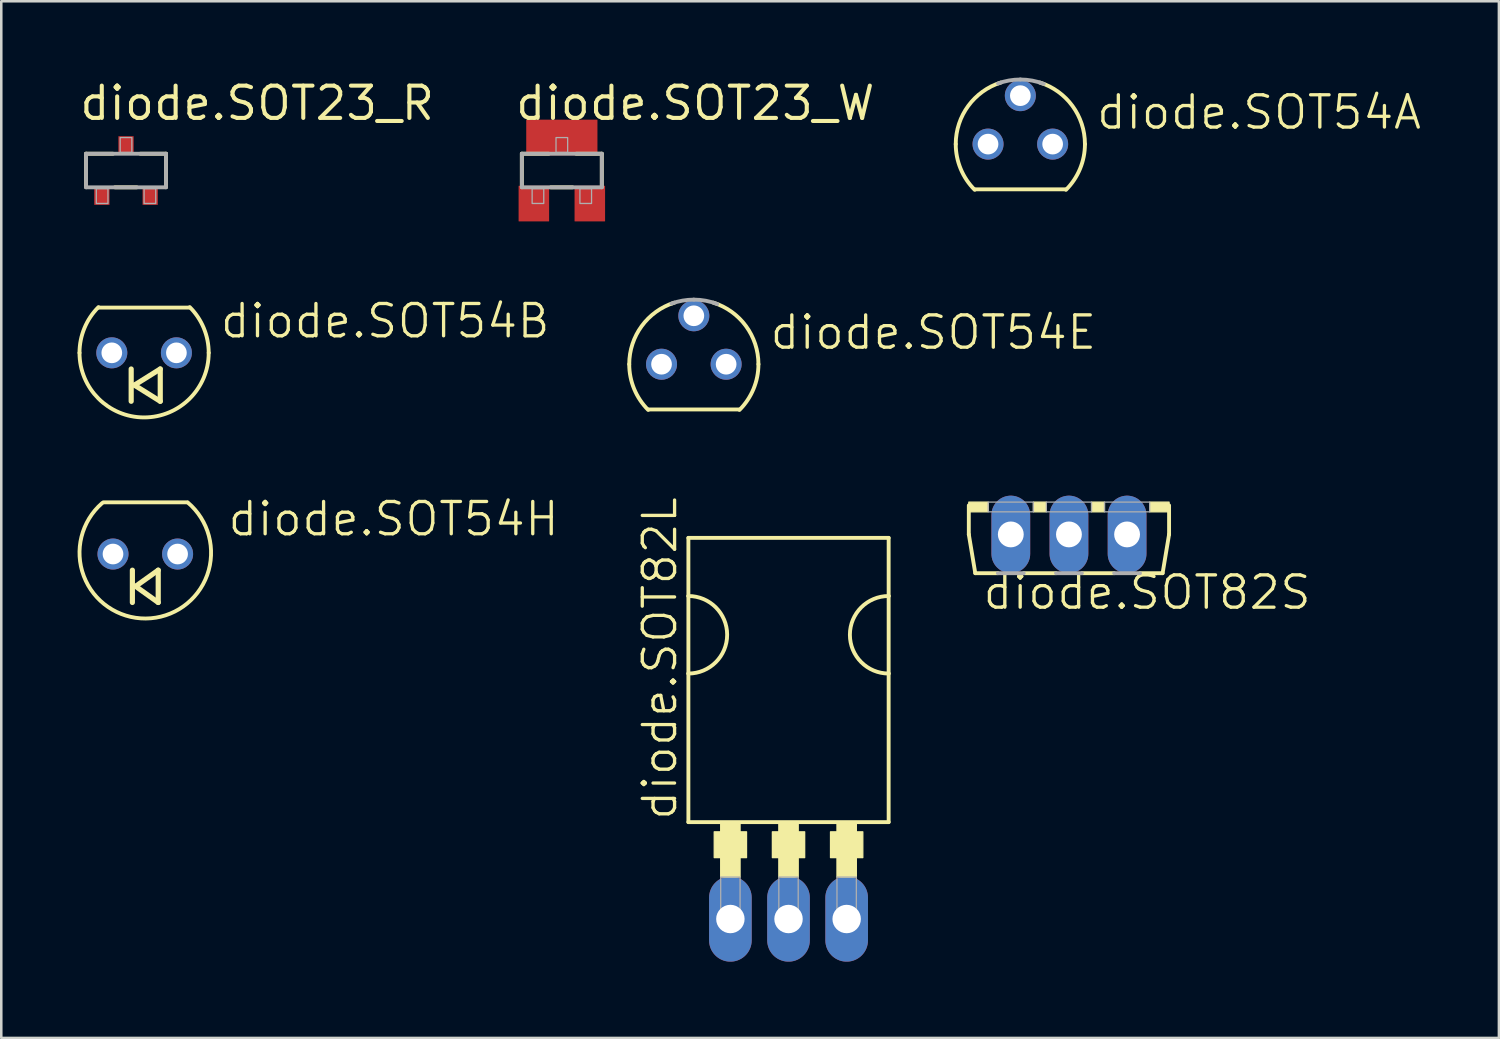
<source format=kicad_pcb>
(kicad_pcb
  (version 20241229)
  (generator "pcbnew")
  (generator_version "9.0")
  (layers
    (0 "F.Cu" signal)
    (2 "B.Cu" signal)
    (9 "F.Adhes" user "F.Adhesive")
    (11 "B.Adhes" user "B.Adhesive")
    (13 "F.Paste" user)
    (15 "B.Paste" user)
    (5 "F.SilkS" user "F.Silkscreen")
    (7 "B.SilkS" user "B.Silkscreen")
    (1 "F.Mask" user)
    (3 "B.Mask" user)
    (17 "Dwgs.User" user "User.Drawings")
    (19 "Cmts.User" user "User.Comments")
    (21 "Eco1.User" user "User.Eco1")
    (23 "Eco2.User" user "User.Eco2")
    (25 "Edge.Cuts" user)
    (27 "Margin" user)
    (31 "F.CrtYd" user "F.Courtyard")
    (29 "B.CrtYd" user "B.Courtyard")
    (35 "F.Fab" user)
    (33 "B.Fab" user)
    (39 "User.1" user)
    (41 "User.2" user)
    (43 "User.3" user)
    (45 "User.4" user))
  (footprint "diode.SOT82L"
    (layer "F.Cu")
    (at 27.954 28.005)
    (property "Reference" "diode.SOT82L" (at -4.318 1.27 90) (layer "F.SilkS") (effects (font (size 1.27 1.27) (thickness 0.13)) (justify left bottom)))
    (attr through_hole)
    (fp_line (start -3.937 -9.906) (end 3.937 -9.906) (stroke (width 0.152) (type default)) (layer "F.SilkS"))
    (fp_line (start -3.937 -7.62) (end -3.937 -9.906) (stroke (width 0.152) (type default)) (layer "F.SilkS"))
    (fp_line (start -3.937 -4.572) (end -3.937 -7.62) (stroke (width 0.152) (type default)) (layer "F.SilkS"))
    (fp_line (start -3.937 1.27) (end -3.937 -4.572) (stroke (width 0.152) (type default)) (layer "F.SilkS"))
    (fp_line (start -3.937 1.27) (end 3.937 1.27) (stroke (width 0.152) (type default)) (layer "F.SilkS"))
    (fp_line (start 3.937 -9.906) (end 3.937 -7.62) (stroke (width 0.152) (type default)) (layer "F.SilkS"))
    (fp_line (start 3.937 -7.62) (end 3.937 -4.572) (stroke (width 0.152) (type default)) (layer "F.SilkS"))
    (fp_line (start 3.937 -4.572) (end 3.937 1.27) (stroke (width 0.152) (type default)) (layer "F.SilkS"))
    (fp_rect (start -2.921 2.667) (end -1.651 1.651) (stroke (width 0.05) (type default)) (fill yes) (layer "F.SilkS"))
    (fp_rect (start -2.667 3.429) (end -1.905 1.27) (stroke (width 0.05) (type default)) (fill yes) (layer "F.SilkS"))
    (fp_rect (start -0.635 2.667) (end 0.635 1.651) (stroke (width 0.05) (type default)) (fill yes) (layer "F.SilkS"))
    (fp_rect (start -0.381 3.429) (end 0.381 1.27) (stroke (width 0.05) (type default)) (fill yes) (layer "F.SilkS"))
    (fp_rect (start 1.651 2.667) (end 2.921 1.651) (stroke (width 0.05) (type default)) (fill yes) (layer "F.SilkS"))
    (fp_rect (start 1.905 3.429) (end 2.667 1.27) (stroke (width 0.05) (type default)) (fill yes) (layer "F.SilkS"))
    (fp_arc (start -3.937 -7.62) (mid -2.413 -6.096) (end -3.937 -4.572) (stroke (width 0.1524) (type default)) (layer "F.SilkS"))
    (fp_arc (start 3.937 -4.572) (mid 2.413 -6.096) (end 3.937 -7.62) (stroke (width 0.1524) (type default)) (layer "F.SilkS"))
    (fp_rect (start -2.667 4.953) (end -1.905 3.429) (stroke (width 0.05) (type default)) (fill no) (layer "F.Fab"))
    (fp_rect (start -0.381 4.953) (end 0.381 3.429) (stroke (width 0.05) (type default)) (fill no) (layer "F.Fab"))
    (fp_rect (start 1.905 4.953) (end 2.667 3.429) (stroke (width 0.05) (type default)) (fill no) (layer "F.Fab"))
    (pad "A1" thru_hole oval (at -2.286 5.08 90) (size 3.353 1.676) (drill 1.118) (layers "*.Cu" "*.Mask"))
    (pad "A2" thru_hole oval (at 2.286 5.08 90) (size 3.353 1.676) (drill 1.118) (layers "*.Cu" "*.Mask"))
    (pad "C" thru_hole oval (at 0 5.08 90) (size 3.353 1.676) (drill 1.118) (layers "*.Cu" "*.Mask")))
  (footprint "diode.SOT54H"
    (layer "F.Cu")
    (at 2.663 18.734)
    (property "Reference" "diode.SOT54H" (at 3.175 -0.635 0) (layer "F.SilkS") (effects (font (size 1.27 1.27) (thickness 0.13)) (justify left bottom)))
    (attr through_hole)
    (fp_line (start -0.508 1.905) (end -0.508 0.635) (stroke (width 0.203) (type default)) (layer "F.SilkS"))
    (fp_line (start -0.381 1.27) (end 0.508 1.905) (stroke (width 0.203) (type default)) (layer "F.SilkS"))
    (fp_line (start 0.508 0.635) (end -0.381 1.27) (stroke (width 0.203) (type default)) (layer "F.SilkS"))
    (fp_line (start 0.508 1.905) (end 0.508 0.635) (stroke (width 0.203) (type default)) (layer "F.SilkS"))
    (fp_line (start 1.651 -2.032) (end -1.651 -2.032) (stroke (width 0.152) (type default)) (layer "F.SilkS"))
    (fp_arc (start 1.671644 -2.024371) (mid 0.018695 2.535519) (end -1.7 -2) (stroke (width 0.1524) (type default)) (layer "F.SilkS"))
    (pad "A" thru_hole circle (at 1.27 0) (size 1.219 1.219) (drill 0.813) (layers "*.Cu" "*.Mask"))
    (pad "C" thru_hole circle (at -1.27 0) (size 1.219 1.219) (drill 0.813) (layers "*.Cu" "*.Mask")))
  (footprint "diode.SOT54E"
    (layer "F.Cu")
    (at 24.231 11.271)
    (property "Reference" "diode.SOT54E" (at 2.921 -0.508 0) (layer "F.SilkS") (effects (font (size 1.27 1.27) (thickness 0.13)) (justify left bottom)))
    (attr through_hole)
    (fp_line (start -1.778 1.778) (end 1.778 1.778) (stroke (width 0.152) (type default)) (layer "F.SilkS"))
    (fp_arc (start -2.54 0) (mid -2.048715 -1.501463) (end -0.7649 -2.4221) (stroke (width 0.1524) (type default)) (layer "F.SilkS"))
    (fp_arc (start -1.7961 1.7961) (mid -2.346686 0.972037) (end -2.54 0) (stroke (width 0.1524) (type default)) (layer "F.SilkS"))
    (fp_arc (start 0.7649 -2.4221) (mid 2.048715 -1.501463) (end 2.54 0) (stroke (width 0.1524) (type default)) (layer "F.SilkS"))
    (fp_arc (start 2.54 0) (mid 2.346686 0.972037) (end 1.7961 1.7961) (stroke (width 0.1524) (type default)) (layer "F.SilkS"))
    (fp_arc (start -0.8781 -2.3834) (mid -0.445978 -2.500546) (end 0 -2.54) (stroke (width 0.1524) (type default)) (layer "F.Fab"))
    (fp_arc (start 0 -2.54) (mid 0.46833 -2.496452) (end 0.9206 -2.3673) (stroke (width 0.1524) (type default)) (layer "F.Fab"))
    (pad "A1" thru_hole circle (at -1.27 0) (size 1.219 1.219) (drill 0.813) (layers "*.Cu" "*.Mask"))
    (pad "A2" thru_hole circle (at 1.27 0) (size 1.219 1.219) (drill 0.813) (layers "*.Cu" "*.Mask"))
    (pad "C" thru_hole circle (at 0 -1.905) (size 1.219 1.219) (drill 0.813) (layers "*.Cu" "*.Mask")))
  (footprint "diode.SOT54A"
    (layer "F.Cu")
    (at 37.069 2.616)
    (property "Reference" "diode.SOT54A" (at 2.921 -0.508 0) (layer "F.SilkS") (effects (font (size 1.27 1.27) (thickness 0.13)) (justify left bottom)))
    (attr through_hole)
    (fp_line (start -1.778 1.778) (end 1.778 1.778) (stroke (width 0.152) (type default)) (layer "F.SilkS"))
    (fp_arc (start -2.54 0) (mid -2.048715 -1.501463) (end -0.7649 -2.4221) (stroke (width 0.1524) (type default)) (layer "F.SilkS"))
    (fp_arc (start -1.7961 1.7961) (mid -2.346686 0.972037) (end -2.54 0) (stroke (width 0.1524) (type default)) (layer "F.SilkS"))
    (fp_arc (start 0.7649 -2.4221) (mid 2.048715 -1.501463) (end 2.54 0) (stroke (width 0.1524) (type default)) (layer "F.SilkS"))
    (fp_arc (start 2.54 0) (mid 2.346686 0.972037) (end 1.7961 1.7961) (stroke (width 0.1524) (type default)) (layer "F.SilkS"))
    (fp_arc (start -0.8781 -2.3834) (mid -0.445978 -2.500546) (end 0 -2.54) (stroke (width 0.1524) (type default)) (layer "F.Fab"))
    (fp_arc (start 0 -2.54) (mid 0.46833 -2.496452) (end 0.9206 -2.3673) (stroke (width 0.1524) (type default)) (layer "F.Fab"))
    (pad "A1" thru_hole circle (at -1.27 0) (size 1.219 1.219) (drill 0.813) (layers "*.Cu" "*.Mask"))
    (pad "A2" thru_hole circle (at 1.27 0) (size 1.219 1.219) (drill 0.813) (layers "*.Cu" "*.Mask"))
    (pad "C" thru_hole circle (at 0 -1.905) (size 1.219 1.219) (drill 0.813) (layers "*.Cu" "*.Mask")))
  (footprint "diode.SOT54B"
    (layer "F.Cu")
    (at 2.616 10.823)
    (property "Reference" "diode.SOT54B" (at 2.921 -0.508 0) (layer "F.SilkS") (effects (font (size 1.27 1.27) (thickness 0.13)) (justify left bottom)))
    (attr through_hole)
    (fp_line (start -0.508 0.635) (end -0.508 1.905) (stroke (width 0.203) (type default)) (layer "F.SilkS"))
    (fp_line (start -0.381 1.27) (end 0.635 1.905) (stroke (width 0.203) (type default)) (layer "F.SilkS"))
    (fp_line (start 0.635 0.635) (end -0.381 1.27) (stroke (width 0.203) (type default)) (layer "F.SilkS"))
    (fp_line (start 0.635 1.905) (end 0.635 0.635) (stroke (width 0.203) (type default)) (layer "F.SilkS"))
    (fp_line (start 1.778 -1.778) (end -1.778 -1.778) (stroke (width 0.152) (type default)) (layer "F.SilkS"))
    (fp_arc (start -2.54 0) (mid -2.346686 -0.972037) (end -1.7961 -1.7961) (stroke (width 0.1524) (type default)) (layer "F.SilkS"))
    (fp_arc (start 1.7961 -1.7961) (mid 2.346686 -0.972037) (end 2.54 0) (stroke (width 0.1524) (type default)) (layer "F.SilkS"))
    (fp_arc (start 2.54 0) (mid 0 2.54) (end -2.54 0) (stroke (width 0.1524) (type default)) (layer "F.SilkS"))
    (pad "A" thru_hole circle (at 1.27 0) (size 1.219 1.219) (drill 0.813) (layers "*.Cu" "*.Mask"))
    (pad "C" thru_hole circle (at -1.27 0) (size 1.219 1.219) (drill 0.813) (layers "*.Cu" "*.Mask")))
  (footprint "diode.SOT23_R"
    (layer "F.Cu")
    (at 1.905 3.655)
    (property "Reference" "diode.SOT23_R" (at -1.905 -1.905 0) (layer "F.SilkS") (effects (font (size 1.27 1.27) (thickness 0.16)) (justify left bottom)))
    (attr smd)
    (fp_line (start -1.572 -0.66) (end -0.514 -0.66) (stroke (width 0.152) (type default)) (layer "F.SilkS"))
    (fp_line (start -1.572 0.652) (end -1.572 -0.66) (stroke (width 0.152) (type default)) (layer "F.SilkS"))
    (fp_line (start 0.422 0.66) (end -0.436 0.66) (stroke (width 0.152) (type default)) (layer "F.SilkS"))
    (fp_line (start 0.564 -0.66) (end 1.572 -0.66) (stroke (width 0.152) (type default)) (layer "F.SilkS"))
    (fp_line (start 1.572 -0.66) (end 1.572 0.652) (stroke (width 0.152) (type default)) (layer "F.SilkS"))
    (fp_line (start -1.572 -0.66) (end 1.572 -0.66) (stroke (width 0.152) (type default)) (layer "F.Fab"))
    (fp_line (start -1.572 0.66) (end -1.572 -0.66) (stroke (width 0.152) (type default)) (layer "F.Fab"))
    (fp_line (start 1.572 -0.66) (end 1.572 0.66) (stroke (width 0.152) (type default)) (layer "F.Fab"))
    (fp_line (start 1.572 0.66) (end -1.572 0.66) (stroke (width 0.152) (type default)) (layer "F.Fab"))
    (fp_rect (start -1.168 1.295) (end -0.711 0.711) (stroke (width 0.05) (type default)) (fill no) (layer "F.Fab"))
    (fp_rect (start -0.229 -0.711) (end 0.229 -1.295) (stroke (width 0.05) (type default)) (fill no) (layer "F.Fab"))
    (fp_rect (start 0.711 1.295) (end 1.168 0.711) (stroke (width 0.05) (type default)) (fill no) (layer "F.Fab"))
    (pad "1" smd roundrect (at -0.95 1) (size 0.6 0.7) (layers "F.Cu" "F.Mask" "F.Paste") (roundrect_rratio 0.01))
    (pad "2" smd roundrect (at 0.95 1) (size 0.6 0.7) (layers "F.Cu" "F.Mask" "F.Paste") (roundrect_rratio 0.01))
    (pad "3" smd roundrect (at 0 -1) (size 0.6 0.7) (layers "F.Cu" "F.Mask" "F.Paste") (roundrect_rratio 0.01)))
  (footprint "diode.SOT23_W"
    (layer "F.Cu")
    (at 19.041 3.655)
    (property "Reference" "diode.SOT23_W" (at -1.905 -1.905 0) (layer "F.SilkS") (effects (font (size 1.27 1.27) (thickness 0.16)) (justify left bottom)))
    (attr smd)
    (fp_line (start -1.572 -0.66) (end -0.514 -0.66) (stroke (width 0.152) (type default)) (layer "F.SilkS"))
    (fp_line (start -1.572 0.652) (end -1.572 -0.66) (stroke (width 0.152) (type default)) (layer "F.SilkS"))
    (fp_line (start 0.422 0.66) (end -0.436 0.66) (stroke (width 0.152) (type default)) (layer "F.SilkS"))
    (fp_line (start 0.564 -0.66) (end 1.572 -0.66) (stroke (width 0.152) (type default)) (layer "F.SilkS"))
    (fp_line (start 1.572 -0.66) (end 1.572 0.652) (stroke (width 0.152) (type default)) (layer "F.SilkS"))
    (fp_line (start -1.572 -0.66) (end 1.572 -0.66) (stroke (width 0.152) (type default)) (layer "F.Fab"))
    (fp_line (start -1.572 0.66) (end -1.572 -0.66) (stroke (width 0.152) (type default)) (layer "F.Fab"))
    (fp_line (start 1.572 -0.66) (end 1.572 0.66) (stroke (width 0.152) (type default)) (layer "F.Fab"))
    (fp_line (start 1.572 0.66) (end -1.572 0.66) (stroke (width 0.152) (type default)) (layer "F.Fab"))
    (fp_rect (start -1.168 1.295) (end -0.711 0.711) (stroke (width 0.05) (type default)) (fill no) (layer "F.Fab"))
    (fp_rect (start -0.229 -0.711) (end 0.229 -1.295) (stroke (width 0.05) (type default)) (fill no) (layer "F.Fab"))
    (fp_rect (start 0.711 1.295) (end 1.168 0.711) (stroke (width 0.05) (type default)) (fill no) (layer "F.Fab"))
    (pad "1" smd roundrect (at -1.1 1.3) (size 1.2 1.4) (layers "F.Cu" "F.Mask" "F.Paste") (roundrect_rratio 0.01))
    (pad "2" smd roundrect (at 1.1 1.3) (size 1.2 1.4) (layers "F.Cu" "F.Mask" "F.Paste") (roundrect_rratio 0.01))
    (pad "3" smd roundrect (at 0 -1.3) (size 2.8 1.4) (layers "F.Cu" "F.Mask" "F.Paste") (roundrect_rratio 0.01)))
  (footprint "diode.SOT82S"
    (layer "F.Cu")
    (at 38.98 16.693)
    (property "Reference" "diode.SOT82S" (at -3.454 4.293 0) (layer "F.SilkS") (effects (font (size 1.27 1.27) (thickness 0.13)) (justify left bottom)))
    (attr through_hole)
    (fp_line (start -3.937 0.127) (end -3.937 1.27) (stroke (width 0.152) (type default)) (layer "F.SilkS"))
    (fp_line (start -3.937 1.27) (end -3.683 2.794) (stroke (width 0.152) (type default)) (layer "F.SilkS"))
    (fp_line (start -3.683 2.794) (end -2.794 2.794) (stroke (width 0.152) (type default)) (layer "F.SilkS"))
    (fp_line (start -1.778 2.794) (end -0.508 2.794) (stroke (width 0.152) (type default)) (layer "F.SilkS"))
    (fp_line (start 0.508 2.794) (end 1.778 2.794) (stroke (width 0.152) (type default)) (layer "F.SilkS"))
    (fp_line (start 2.794 2.794) (end 3.683 2.794) (stroke (width 0.152) (type default)) (layer "F.SilkS"))
    (fp_line (start 3.683 2.794) (end 3.937 1.27) (stroke (width 0.152) (type default)) (layer "F.SilkS"))
    (fp_line (start 3.937 1.27) (end 3.937 0.127) (stroke (width 0.152) (type default)) (layer "F.SilkS"))
    (fp_rect (start -3.937 0.381) (end -3.175 0) (stroke (width 0.05) (type default)) (fill yes) (layer "F.SilkS"))
    (fp_rect (start -1.397 0.381) (end -0.889 0) (stroke (width 0.05) (type default)) (fill yes) (layer "F.SilkS"))
    (fp_rect (start 0.889 0.381) (end 1.397 0) (stroke (width 0.05) (type default)) (fill yes) (layer "F.SilkS"))
    (fp_rect (start 3.175 0.381) (end 3.937 0) (stroke (width 0.05) (type default)) (fill yes) (layer "F.SilkS"))
    (fp_line (start -2.794 2.794) (end -1.778 2.794) (stroke (width 0.152) (type default)) (layer "F.Fab"))
    (fp_line (start -0.508 2.794) (end 0.508 2.794) (stroke (width 0.152) (type default)) (layer "F.Fab"))
    (fp_line (start 1.778 2.794) (end 2.794 2.794) (stroke (width 0.152) (type default)) (layer "F.Fab"))
    (fp_rect (start -3.175 0.381) (end -1.397 0) (stroke (width 0.05) (type default)) (fill no) (layer "F.Fab"))
    (fp_rect (start -0.889 0.381) (end 0.889 0) (stroke (width 0.05) (type default)) (fill no) (layer "F.Fab"))
    (fp_rect (start 1.397 0.381) (end 3.175 0) (stroke (width 0.05) (type default)) (fill no) (layer "F.Fab"))
    (pad "A1" thru_hole oval (at -2.286 1.27 90) (size 3.048 1.524) (drill 1.016) (layers "*.Cu" "*.Mask"))
    (pad "A2" thru_hole oval (at 2.286 1.27 90) (size 3.048 1.524) (drill 1.016) (layers "*.Cu" "*.Mask"))
    (pad "C" thru_hole oval (at 0 1.27 90) (size 3.048 1.524) (drill 1.016) (layers "*.Cu" "*.Mask")))
  (gr_rect
    (start -3 -3)
    (end 55.886 37.762)
    (stroke (width 0.1) (type default))
    (fill no)
    (layer "Edge.Cuts")))
</source>
